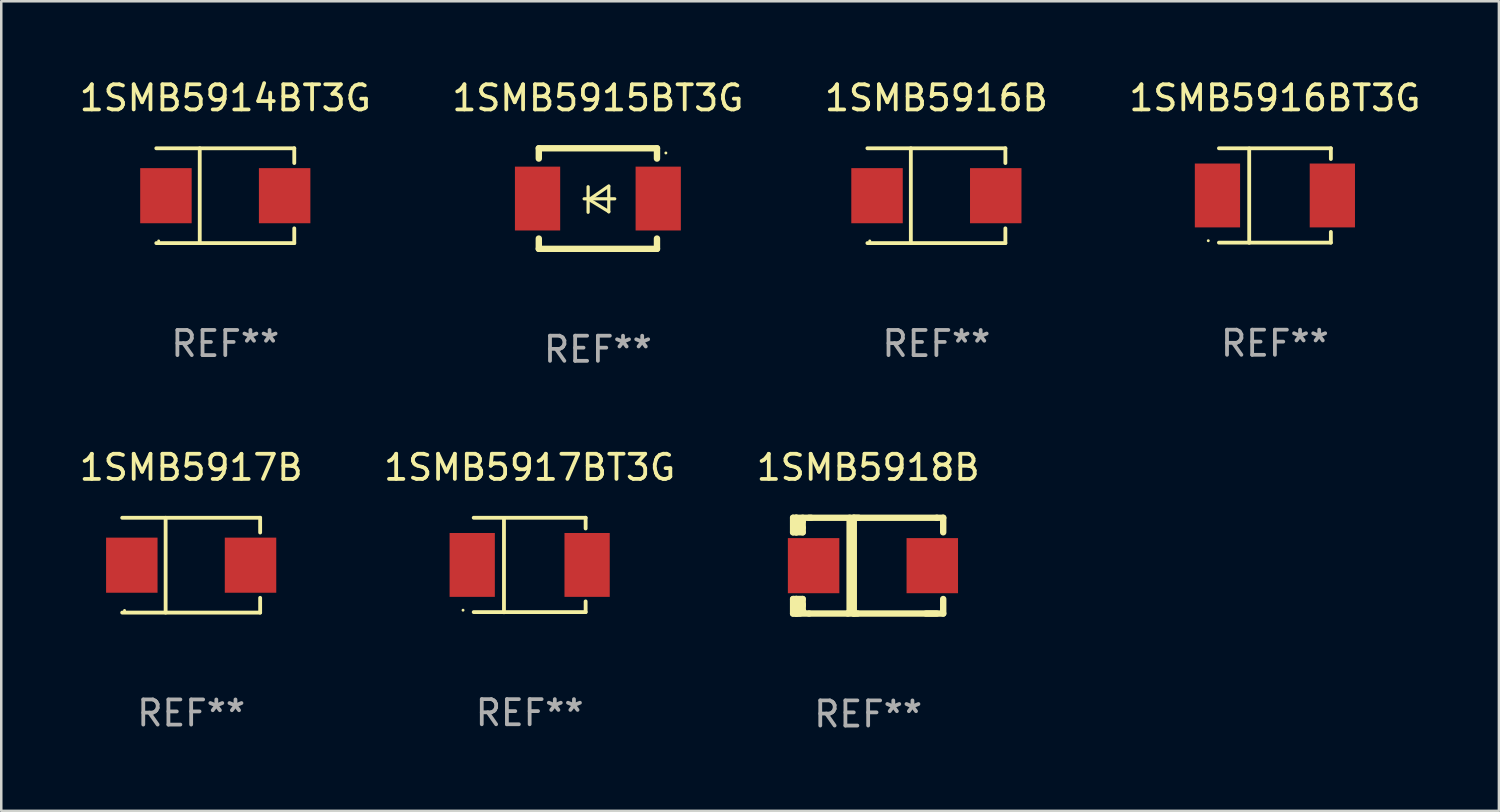
<source format=kicad_pcb>
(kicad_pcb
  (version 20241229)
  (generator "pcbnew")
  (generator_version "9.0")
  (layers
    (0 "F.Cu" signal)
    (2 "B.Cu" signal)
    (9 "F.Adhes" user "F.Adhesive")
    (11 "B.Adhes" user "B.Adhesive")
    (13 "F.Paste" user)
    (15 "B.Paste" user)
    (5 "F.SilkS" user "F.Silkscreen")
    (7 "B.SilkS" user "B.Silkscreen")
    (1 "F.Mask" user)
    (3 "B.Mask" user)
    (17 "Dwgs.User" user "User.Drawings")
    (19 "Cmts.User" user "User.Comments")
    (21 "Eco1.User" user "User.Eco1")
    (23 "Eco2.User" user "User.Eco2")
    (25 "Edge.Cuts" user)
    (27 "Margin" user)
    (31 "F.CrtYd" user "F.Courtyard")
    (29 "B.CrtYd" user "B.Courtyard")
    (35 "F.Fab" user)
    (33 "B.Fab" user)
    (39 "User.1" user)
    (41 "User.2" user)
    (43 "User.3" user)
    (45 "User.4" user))
  (footprint "1SMB5916BT3G"
    (layer "F.Cu")
    (at 47.661 4.728)
    (property "Reference" "1SMB5916BT3G" (at 0 -3.88 0) (layer "F.SilkS") (effects (font (size 1 1) (thickness 0.15))))
    (attr through_hole)
    (fp_line (start -2.226 -1.88) (end 2.226 -1.88) (stroke (width 0.152) (type solid)) (layer "F.SilkS"))
    (fp_line (start -2.226 1.873) (end 2.226 1.873) (stroke (width 0.152) (type solid)) (layer "F.SilkS"))
    (fp_line (start -1.022 -1.873) (end -1.022 1.88) (stroke (width 0.152) (type solid)) (layer "F.SilkS"))
    (fp_line (start 2.226 -1.88) (end 2.226 -1.453) (stroke (width 0.152) (type solid)) (layer "F.SilkS"))
    (fp_line (start 2.226 1.447) (end 2.226 1.873) (stroke (width 0.152) (type solid)) (layer "F.SilkS"))
    (fp_circle (center -2.65 1.797) (end -2.62 1.797) (stroke (width 0.06) (type solid)) (fill no) (layer "F.SilkS"))
    (fp_text user "REF**" (at 0 5.88 0) (layer "F.Fab") (effects (font (size 1 1) (thickness 0.15))))
    (pad "1" smd rect (at -2.285 -0.003) (size 1.8 2.54) (layers "F.Cu" "F.Mask" "F.Paste"))
    (pad "2" smd rect (at 2.285 -0.003) (size 1.8 2.54) (layers "F.Cu" "F.Mask" "F.Paste")))
  (footprint "1SMB5918B"
    (layer "F.Cu")
    (at 31.482 19.45)
    (property "Reference" "1SMB5918B" (at 0 -3.905 0) (layer "F.SilkS") (effects (font (size 1 1) (thickness 0.15))))
    (attr through_hole)
    (fp_line (start -2.985 -1.905) (end -2.985 -1.327) (stroke (width 0.254) (type solid)) (layer "F.SilkS"))
    (fp_line (start -2.985 -1.327) (end -2.858 -1.327) (stroke (width 0.254) (type solid)) (layer "F.SilkS"))
    (fp_line (start -2.985 1.327) (end -2.985 1.905) (stroke (width 0.254) (type solid)) (layer "F.SilkS"))
    (fp_line (start -2.985 1.905) (end -2.858 1.905) (stroke (width 0.254) (type solid)) (layer "F.SilkS"))
    (fp_line (start -2.858 -1.905) (end -2.985 -1.905) (stroke (width 0.254) (type solid)) (layer "F.SilkS"))
    (fp_line (start -2.858 -1.905) (end -2.271 -1.905) (stroke (width 0.254) (type solid)) (layer "F.SilkS"))
    (fp_line (start -2.858 -1.327) (end -2.858 -1.905) (stroke (width 0.254) (type solid)) (layer "F.SilkS"))
    (fp_line (start -2.858 -1.327) (end -2.604 -1.327) (stroke (width 0.254) (type solid)) (layer "F.SilkS"))
    (fp_line (start -2.858 1.327) (end -2.985 1.327) (stroke (width 0.254) (type solid)) (layer "F.SilkS"))
    (fp_line (start -2.858 1.327) (end -2.604 1.327) (stroke (width 0.254) (type solid)) (layer "F.SilkS"))
    (fp_line (start -2.858 1.549) (end -2.604 1.549) (stroke (width 0.254) (type solid)) (layer "F.SilkS"))
    (fp_line (start -2.858 1.905) (end -2.858 1.327) (stroke (width 0.254) (type solid)) (layer "F.SilkS"))
    (fp_line (start -2.806 -1.766) (end -2.858 -1.715) (stroke (width 0.254) (type solid)) (layer "F.SilkS"))
    (fp_line (start -2.796 -1.508) (end -2.858 -1.446) (stroke (width 0.254) (type solid)) (layer "F.SilkS"))
    (fp_line (start -2.776 1.778) (end -2.858 1.696) (stroke (width 0.254) (type solid)) (layer "F.SilkS"))
    (fp_line (start -2.716 1.905) (end -2.858 1.905) (stroke (width 0.254) (type solid)) (layer "F.SilkS"))
    (fp_line (start -2.683 -1.766) (end -2.683 -1.748) (stroke (width 0.254) (type solid)) (layer "F.SilkS"))
    (fp_line (start -2.683 -1.748) (end -2.858 -1.573) (stroke (width 0.254) (type solid)) (layer "F.SilkS"))
    (fp_line (start -2.604 -1.766) (end -2.806 -1.766) (stroke (width 0.254) (type solid)) (layer "F.SilkS"))
    (fp_line (start -2.604 -1.508) (end -2.796 -1.508) (stroke (width 0.254) (type solid)) (layer "F.SilkS"))
    (fp_line (start -2.604 -1.327) (end -2.604 -1.905) (stroke (width 0.254) (type solid)) (layer "F.SilkS"))
    (fp_line (start -2.604 1.327) (end -2.604 1.778) (stroke (width 0.254) (type solid)) (layer "F.SilkS"))
    (fp_line (start -2.604 1.596) (end -2.604 1.563) (stroke (width 0.254) (type solid)) (layer "F.SilkS"))
    (fp_line (start -2.604 1.778) (end -2.776 1.778) (stroke (width 0.254) (type solid)) (layer "F.SilkS"))
    (fp_line (start -2.35 1.905) (end -2.858 1.905) (stroke (width 0.254) (type solid)) (layer "F.SilkS"))
    (fp_line (start -2.35 1.905) (end 2.731 1.905) (stroke (width 0.254) (type solid)) (layer "F.SilkS"))
    (fp_line (start -0.737 -1.905) (end -0.737 1.834) (stroke (width 0.254) (type solid)) (layer "F.SilkS"))
    (fp_line (start -0.737 1.834) (end -0.807 1.905) (stroke (width 0.254) (type solid)) (layer "F.SilkS"))
    (fp_line (start -0.572 -1.905) (end -0.572 1.905) (stroke (width 0.254) (type solid)) (layer "F.SilkS"))
    (fp_line (start -0.572 1.905) (end -0.422 1.905) (stroke (width 0.254) (type solid)) (layer "F.SilkS"))
    (fp_line (start -0.376 -1.905) (end -0.572 -1.905) (stroke (width 0.254) (type solid)) (layer "F.SilkS"))
    (fp_line (start 2.731 -1.905) (end -2.35 -1.905) (stroke (width 0.254) (type solid)) (layer "F.SilkS"))
    (fp_line (start 2.731 -1.905) (end 2.985 -1.905) (stroke (width 0.254) (type solid)) (layer "F.SilkS"))
    (fp_line (start 2.985 -1.905) (end 2.985 -1.327) (stroke (width 0.254) (type solid)) (layer "F.SilkS"))
    (fp_line (start 2.985 1.327) (end 2.985 1.905) (stroke (width 0.254) (type solid)) (layer "F.SilkS"))
    (fp_line (start 2.985 1.905) (end 2.301 1.905) (stroke (width 0.254) (type solid)) (layer "F.SilkS"))
    (fp_circle (center -2.509 1.8) (end -2.479 1.8) (stroke (width 0.06) (type solid)) (fill no) (layer "F.SilkS"))
    (fp_text user "REF**" (at 0 5.905 0) (layer "F.Fab") (effects (font (size 1 1) (thickness 0.15))))
    (pad "1" smd rect (at -2.17 0) (size 2.047 2.192) (layers "F.Cu" "F.Mask" "F.Paste"))
    (pad "2" smd rect (at 2.551 0) (size 2.047 2.192) (layers "F.Cu" "F.Mask" "F.Paste")))
  (footprint "1SMB5914BT3G"
    (layer "F.Cu")
    (at 5.911 4.734)
    (property "Reference" "1SMB5914BT3G" (at 0 -3.886 0) (layer "F.SilkS") (effects (font (size 1 1) (thickness 0.15))))
    (attr through_hole)
    (fp_line (start -2.744 -1.886) (end 2.744 -1.886) (stroke (width 0.152) (type solid)) (layer "F.SilkS"))
    (fp_line (start -2.744 1.886) (end 2.744 1.886) (stroke (width 0.152) (type solid)) (layer "F.SilkS"))
    (fp_line (start -1.016 -1.886) (end -1.016 1.886) (stroke (width 0.152) (type solid)) (layer "F.SilkS"))
    (fp_line (start 2.744 -1.886) (end 2.744 -1.299) (stroke (width 0.152) (type solid)) (layer "F.SilkS"))
    (fp_line (start 2.744 1.886) (end 2.744 1.299) (stroke (width 0.152) (type solid)) (layer "F.SilkS"))
    (fp_circle (center -2.65 1.8) (end -2.62 1.8) (stroke (width 0.06) (type solid)) (fill no) (layer "F.SilkS"))
    (fp_text user "REF**" (at 0 5.886 0) (layer "F.Fab") (effects (font (size 1 1) (thickness 0.15))))
    (pad "1" smd rect (at -2.361 0) (size 2.047 2.192) (layers "F.Cu" "F.Mask" "F.Paste"))
    (pad "2" smd rect (at 2.361 0) (size 2.047 2.192) (layers "F.Cu" "F.Mask" "F.Paste")))
  (footprint "1SMB5917B"
    (layer "F.Cu")
    (at 4.554 19.431)
    (property "Reference" "1SMB5917B" (at 0 -3.886 0) (layer "F.SilkS") (effects (font (size 1 1) (thickness 0.15))))
    (attr through_hole)
    (fp_line (start -2.744 -1.886) (end 2.744 -1.886) (stroke (width 0.152) (type solid)) (layer "F.SilkS"))
    (fp_line (start -2.744 1.886) (end 2.744 1.886) (stroke (width 0.152) (type solid)) (layer "F.SilkS"))
    (fp_line (start -1.016 -1.886) (end -1.016 1.886) (stroke (width 0.152) (type solid)) (layer "F.SilkS"))
    (fp_line (start 2.744 -1.886) (end 2.744 -1.299) (stroke (width 0.152) (type solid)) (layer "F.SilkS"))
    (fp_line (start 2.744 1.886) (end 2.744 1.299) (stroke (width 0.152) (type solid)) (layer "F.SilkS"))
    (fp_circle (center -2.65 1.8) (end -2.62 1.8) (stroke (width 0.06) (type solid)) (fill no) (layer "F.SilkS"))
    (fp_text user "REF**" (at 0 5.886 0) (layer "F.Fab") (effects (font (size 1 1) (thickness 0.15))))
    (pad "1" smd rect (at -2.361 0) (size 2.047 2.192) (layers "F.Cu" "F.Mask" "F.Paste"))
    (pad "2" smd rect (at 2.361 0) (size 2.047 2.192) (layers "F.Cu" "F.Mask" "F.Paste")))
  (footprint "1SMB5916B"
    (layer "F.Cu")
    (at 34.196 4.734)
    (property "Reference" "1SMB5916B" (at 0 -3.886 0) (layer "F.SilkS") (effects (font (size 1 1) (thickness 0.15))))
    (attr through_hole)
    (fp_line (start -2.744 -1.886) (end 2.744 -1.886) (stroke (width 0.152) (type solid)) (layer "F.SilkS"))
    (fp_line (start -2.744 1.886) (end 2.744 1.886) (stroke (width 0.152) (type solid)) (layer "F.SilkS"))
    (fp_line (start -1.016 -1.886) (end -1.016 1.886) (stroke (width 0.152) (type solid)) (layer "F.SilkS"))
    (fp_line (start 2.744 -1.886) (end 2.744 -1.299) (stroke (width 0.152) (type solid)) (layer "F.SilkS"))
    (fp_line (start 2.744 1.886) (end 2.744 1.299) (stroke (width 0.152) (type solid)) (layer "F.SilkS"))
    (fp_circle (center -2.65 1.8) (end -2.62 1.8) (stroke (width 0.06) (type solid)) (fill no) (layer "F.SilkS"))
    (fp_text user "REF**" (at 0 5.886 0) (layer "F.Fab") (effects (font (size 1 1) (thickness 0.15))))
    (pad "1" smd rect (at -2.361 0) (size 2.047 2.192) (layers "F.Cu" "F.Mask" "F.Paste"))
    (pad "2" smd rect (at 2.361 0) (size 2.047 2.192) (layers "F.Cu" "F.Mask" "F.Paste")))
  (footprint "1SMB5917BT3G"
    (layer "F.Cu")
    (at 18.018 19.424)
    (property "Reference" "1SMB5917BT3G" (at 0 -3.88 0) (layer "F.SilkS") (effects (font (size 1 1) (thickness 0.15))))
    (attr through_hole)
    (fp_line (start -2.226 -1.88) (end 2.226 -1.88) (stroke (width 0.152) (type solid)) (layer "F.SilkS"))
    (fp_line (start -2.226 1.873) (end 2.226 1.873) (stroke (width 0.152) (type solid)) (layer "F.SilkS"))
    (fp_line (start -1.022 -1.873) (end -1.022 1.88) (stroke (width 0.152) (type solid)) (layer "F.SilkS"))
    (fp_line (start 2.226 -1.88) (end 2.226 -1.453) (stroke (width 0.152) (type solid)) (layer "F.SilkS"))
    (fp_line (start 2.226 1.447) (end 2.226 1.873) (stroke (width 0.152) (type solid)) (layer "F.SilkS"))
    (fp_circle (center -2.65 1.797) (end -2.62 1.797) (stroke (width 0.06) (type solid)) (fill no) (layer "F.SilkS"))
    (fp_text user "REF**" (at 0 5.88 0) (layer "F.Fab") (effects (font (size 1 1) (thickness 0.15))))
    (pad "1" smd rect (at -2.285 -0.003) (size 1.8 2.54) (layers "F.Cu" "F.Mask" "F.Paste"))
    (pad "2" smd rect (at 2.285 -0.003) (size 1.8 2.54) (layers "F.Cu" "F.Mask" "F.Paste")))
  (footprint "1SMB5915BT3G"
    (layer "F.Cu")
    (at 20.732 4.848)
    (property "Reference" "1SMB5915BT3G" (at 0 -4 0) (layer "F.SilkS") (effects (font (size 1 1) (thickness 0.15))))
    (attr through_hole)
    (fp_line (start -2.35 -2) (end -2.35 -1.591) (stroke (width 0.254) (type solid)) (layer "F.SilkS"))
    (fp_line (start -2.35 -2) (end 2.35 -2) (stroke (width 0.254) (type solid)) (layer "F.SilkS"))
    (fp_line (start -2.35 1.591) (end -2.35 2) (stroke (width 0.254) (type solid)) (layer "F.SilkS"))
    (fp_line (start -2.35 2) (end 2.35 2) (stroke (width 0.254) (type solid)) (layer "F.SilkS"))
    (fp_line (start -0.548 0.01) (end 0.671 0.01) (stroke (width 0.127) (type solid)) (layer "F.SilkS"))
    (fp_line (start -0.389 -0.47) (end -0.389 0.546) (stroke (width 0.127) (type solid)) (layer "F.SilkS"))
    (fp_line (start -0.35 0.04) (end 0.433 0.52) (stroke (width 0.127) (type solid)) (layer "F.SilkS"))
    (fp_line (start 0.433 -0.5) (end -0.35 0.04) (stroke (width 0.127) (type solid)) (layer "F.SilkS"))
    (fp_line (start 0.433 0.53) (end 0.433 -0.486) (stroke (width 0.127) (type solid)) (layer "F.SilkS"))
    (fp_line (start 2.35 -2) (end 2.35 -1.591) (stroke (width 0.254) (type solid)) (layer "F.SilkS"))
    (fp_line (start 2.35 1.591) (end 2.35 2) (stroke (width 0.254) (type solid)) (layer "F.SilkS"))
    (fp_circle (center 2.704 -1.813) (end 2.734 -1.813) (stroke (width 0.06) (type solid)) (fill no) (layer "F.SilkS"))
    (fp_text user "REF**" (at 0 6 0) (layer "F.Fab") (effects (font (size 1 1) (thickness 0.15))))
    (pad "1" smd rect (at 2.4 0) (size 1.8 2.54) (layers "F.Cu" "F.Mask" "F.Paste"))
    (pad "2" smd rect (at -2.4 0) (size 1.8 2.54) (layers "F.Cu" "F.Mask" "F.Paste")))
  (gr_rect
    (start -3 -3)
    (end 56.571 29.203)
    (stroke (width 0.1) (type default))
    (fill no)
    (layer "Edge.Cuts")))
</source>
